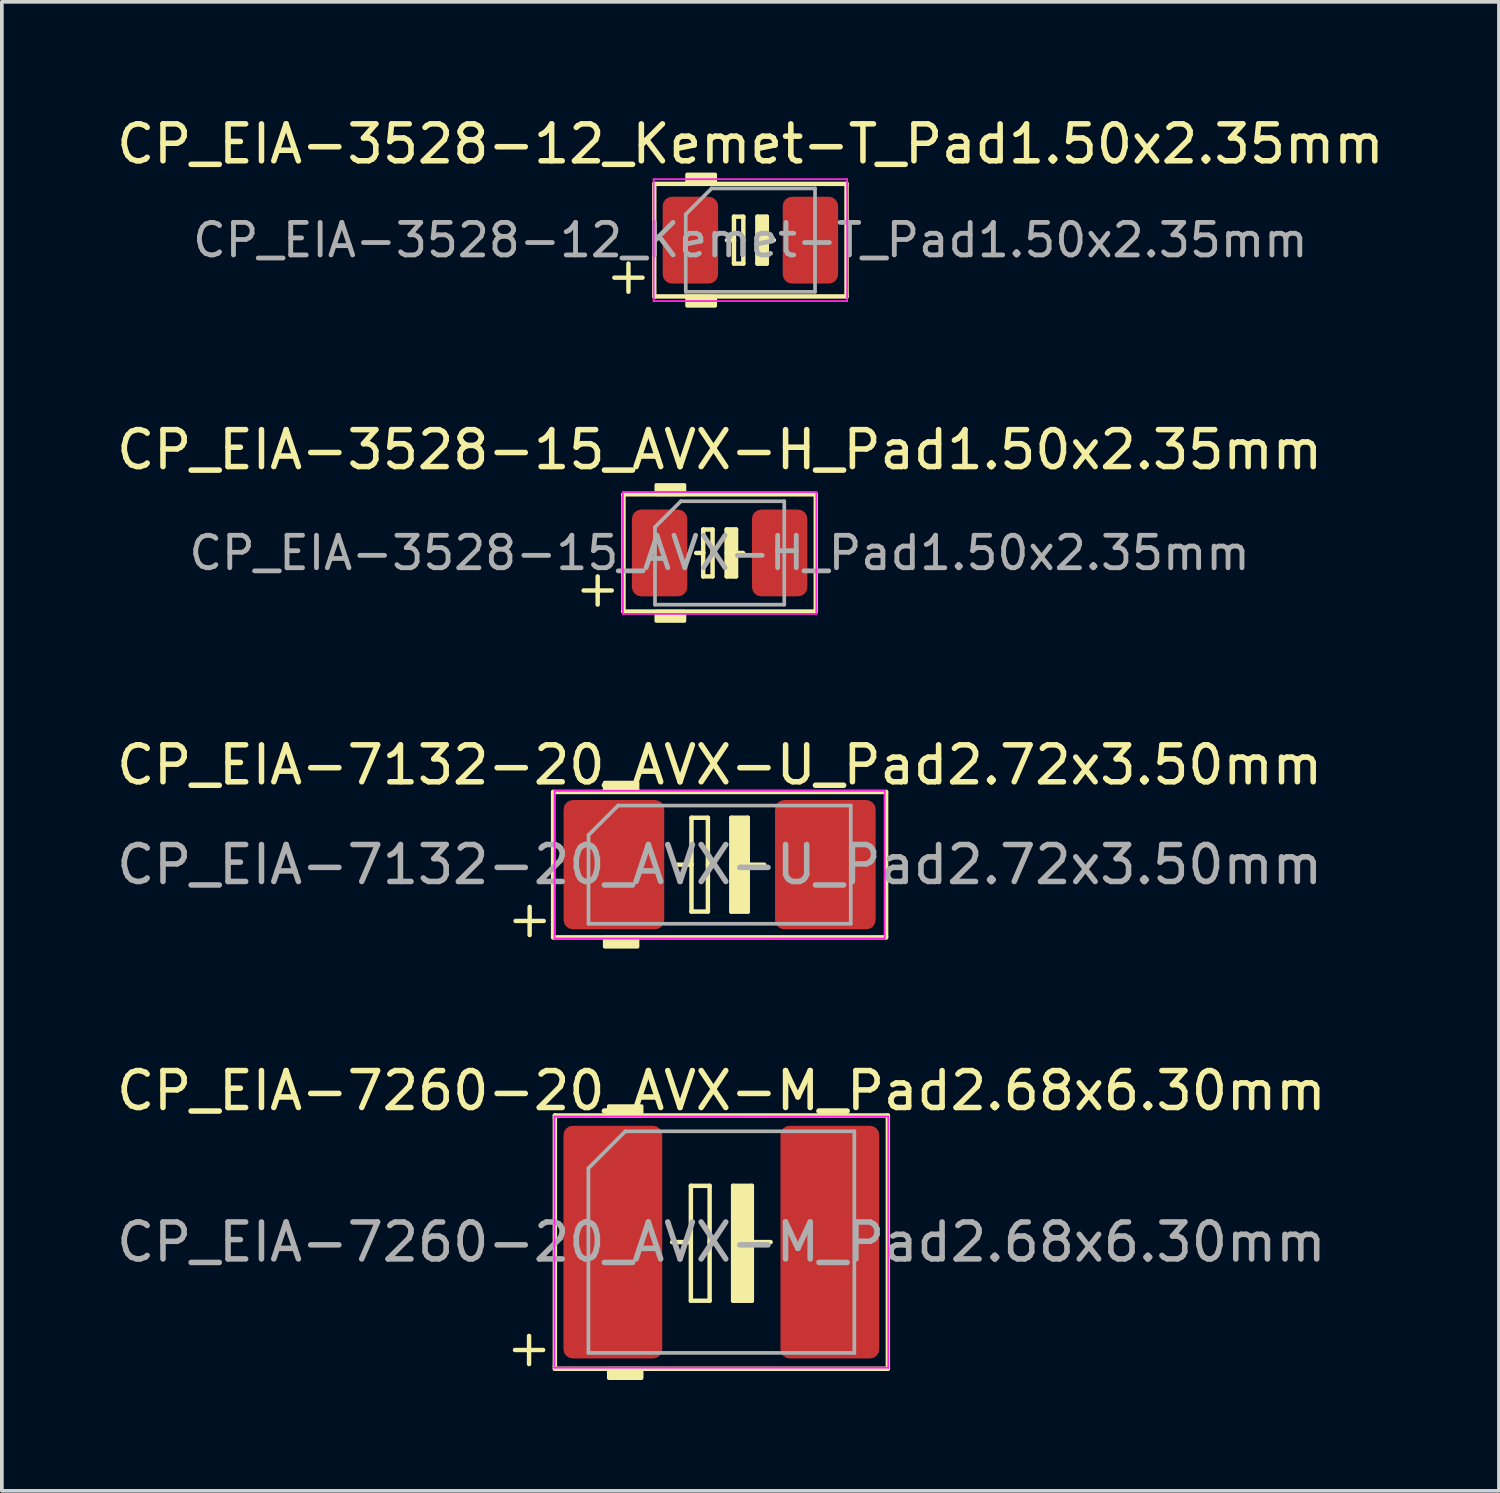
<source format=kicad_pcb>
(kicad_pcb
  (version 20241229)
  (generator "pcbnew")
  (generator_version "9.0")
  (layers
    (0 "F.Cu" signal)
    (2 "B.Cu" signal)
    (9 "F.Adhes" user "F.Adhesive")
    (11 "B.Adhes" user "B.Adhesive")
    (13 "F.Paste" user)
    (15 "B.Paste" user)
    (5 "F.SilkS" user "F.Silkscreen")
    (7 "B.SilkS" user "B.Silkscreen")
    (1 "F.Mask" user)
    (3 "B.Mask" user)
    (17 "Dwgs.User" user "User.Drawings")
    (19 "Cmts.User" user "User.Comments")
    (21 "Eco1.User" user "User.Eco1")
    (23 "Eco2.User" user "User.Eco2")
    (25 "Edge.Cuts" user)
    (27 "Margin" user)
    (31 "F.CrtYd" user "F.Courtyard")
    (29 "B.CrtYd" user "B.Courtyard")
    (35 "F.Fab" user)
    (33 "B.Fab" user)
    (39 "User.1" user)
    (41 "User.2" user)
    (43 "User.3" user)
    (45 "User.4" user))
  (footprint "CP_EIA-3528-15_AVX-H_Pad1.50x2.35mm"
    (layer "F.Cu")
    (at 16.435 11.922)
    (property "Reference" "CP_EIA-3528-15_AVX-H_Pad1.50x2.35mm" (at 0 -2.794 0) (layer "F.SilkS") (effects (font (size 1 1) (thickness 0.15))))
    (attr smd)
    (fp_line (start -3.683 1.016) (end -2.921 1.016) (stroke (width 0.12) (type solid)) (layer "F.SilkS"))
    (fp_line (start -3.302 0.635) (end -3.302 1.397) (stroke (width 0.12) (type solid)) (layer "F.SilkS"))
    (fp_line (start -2.603 -1.587) (end -2.603 1.587) (stroke (width 0.12) (type solid)) (layer "F.SilkS"))
    (fp_line (start -2.603 1.587) (end 2.603 1.587) (stroke (width 0.12) (type solid)) (layer "F.SilkS"))
    (fp_line (start -0.445 -0.635) (end -0.445 0) (stroke (width 0.12) (type solid)) (layer "F.SilkS"))
    (fp_line (start -0.445 -0.635) (end -0.191 -0.635) (stroke (width 0.12) (type solid)) (layer "F.SilkS"))
    (fp_line (start -0.445 0) (end -0.635 0) (stroke (width 0.12) (type solid)) (layer "F.SilkS"))
    (fp_line (start -0.445 0.635) (end -0.445 0) (stroke (width 0.12) (type solid)) (layer "F.SilkS"))
    (fp_line (start -0.191 -0.635) (end -0.191 0) (stroke (width 0.12) (type solid)) (layer "F.SilkS"))
    (fp_line (start -0.191 0.635) (end -0.445 0.635) (stroke (width 0.12) (type solid)) (layer "F.SilkS"))
    (fp_line (start -0.191 0.635) (end -0.191 0) (stroke (width 0.12) (type solid)) (layer "F.SilkS"))
    (fp_line (start 0.191 -0.635) (end 0.191 0) (stroke (width 0.12) (type solid)) (layer "F.SilkS"))
    (fp_line (start 0.191 -0.635) (end 0.445 -0.635) (stroke (width 0.12) (type solid)) (layer "F.SilkS"))
    (fp_line (start 0.191 0.635) (end 0.191 0) (stroke (width 0.12) (type solid)) (layer "F.SilkS"))
    (fp_line (start 0.445 -0.635) (end 0.445 0) (stroke (width 0.12) (type solid)) (layer "F.SilkS"))
    (fp_line (start 0.445 0) (end 0.635 0) (stroke (width 0.12) (type solid)) (layer "F.SilkS"))
    (fp_line (start 0.445 0.635) (end 0.191 0.635) (stroke (width 0.12) (type solid)) (layer "F.SilkS"))
    (fp_line (start 0.445 0.635) (end 0.445 0) (stroke (width 0.12) (type solid)) (layer "F.SilkS"))
    (fp_line (start 2.603 -1.587) (end -2.603 -1.587) (stroke (width 0.12) (type solid)) (layer "F.SilkS"))
    (fp_line (start 2.603 1.587) (end 2.603 -1.587) (stroke (width 0.12) (type solid)) (layer "F.SilkS"))
    (fp_poly (pts (xy -0.953 -1.587) (xy -1.714 -1.587) (xy -1.714 -1.841) (xy -0.953 -1.841)) (stroke (width 0.1) (type solid)) (fill yes) (layer "F.SilkS"))
    (fp_poly (pts (xy -0.953 1.841) (xy -1.714 1.841) (xy -1.714 1.587) (xy -0.953 1.587)) (stroke (width 0.1) (type solid)) (fill yes) (layer "F.SilkS"))
    (fp_poly (pts (xy 0.445 0.635) (xy 0.191 0.635) (xy 0.191 -0.635) (xy 0.445 -0.635)) (stroke (width 0.1) (type solid)) (fill yes) (layer "F.SilkS"))
    (fp_line (start -2.62 -1.65) (end 2.62 -1.65) (stroke (width 0.05) (type solid)) (layer "F.CrtYd"))
    (fp_line (start -2.62 1.65) (end -2.62 -1.65) (stroke (width 0.05) (type solid)) (layer "F.CrtYd"))
    (fp_line (start 2.62 -1.65) (end 2.62 1.65) (stroke (width 0.05) (type solid)) (layer "F.CrtYd"))
    (fp_line (start 2.62 1.65) (end -2.62 1.65) (stroke (width 0.05) (type solid)) (layer "F.CrtYd"))
    (fp_line (start -1.75 -0.7) (end -1.75 1.4) (stroke (width 0.1) (type solid)) (layer "F.Fab"))
    (fp_line (start -1.75 1.4) (end 1.75 1.4) (stroke (width 0.1) (type solid)) (layer "F.Fab"))
    (fp_line (start -1.05 -1.4) (end -1.75 -0.7) (stroke (width 0.1) (type solid)) (layer "F.Fab"))
    (fp_line (start 1.75 -1.4) (end -1.05 -1.4) (stroke (width 0.1) (type solid)) (layer "F.Fab"))
    (fp_line (start 1.75 1.4) (end 1.75 -1.4) (stroke (width 0.1) (type solid)) (layer "F.Fab"))
    (fp_text user "${REFERENCE}" (at 0 0 0) (layer "F.Fab") (effects (font (size 0.88 0.88) (thickness 0.13))))
    (pad "1" smd roundrect (at -1.625 0) (size 1.5 2.35) (layers "F.Cu" "F.Mask" "F.Paste") (roundrect_rratio 0.167))
    (pad "2" smd roundrect (at 1.625 0) (size 1.5 2.35) (layers "F.Cu" "F.Mask" "F.Paste") (roundrect_rratio 0.167)))
  (footprint "CP_EIA-7260-20_AVX-M_Pad2.68x6.30mm"
    (layer "F.Cu")
    (at 16.482 30.582)
    (property "Reference" "CP_EIA-7260-20_AVX-M_Pad2.68x6.30mm" (at 0 -4.1 0) (layer "F.SilkS") (effects (font (size 1 1) (thickness 0.15))))
    (attr smd)
    (fp_line (start -5.588 2.921) (end -4.826 2.921) (stroke (width 0.12) (type solid)) (layer "F.SilkS"))
    (fp_line (start -5.207 2.54) (end -5.207 3.302) (stroke (width 0.12) (type solid)) (layer "F.SilkS"))
    (fp_line (start -4.508 -3.429) (end -4.508 -3.365) (stroke (width 0.12) (type solid)) (layer "F.SilkS"))
    (fp_line (start -4.508 -3.365) (end -4.508 3.365) (stroke (width 0.12) (type solid)) (layer "F.SilkS"))
    (fp_line (start -4.508 3.365) (end -4.508 3.429) (stroke (width 0.12) (type solid)) (layer "F.SilkS"))
    (fp_line (start -4.508 3.429) (end 4.508 3.429) (stroke (width 0.12) (type solid)) (layer "F.SilkS"))
    (fp_line (start -1.333 0) (end -0.826 0) (stroke (width 0.12) (type solid)) (layer "F.SilkS"))
    (fp_line (start -0.826 -1.524) (end -0.826 0) (stroke (width 0.12) (type solid)) (layer "F.SilkS"))
    (fp_line (start -0.826 1.587) (end -0.826 0) (stroke (width 0.12) (type solid)) (layer "F.SilkS"))
    (fp_line (start -0.826 1.587) (end -0.318 1.587) (stroke (width 0.12) (type solid)) (layer "F.SilkS"))
    (fp_line (start -0.318 -1.524) (end -0.826 -1.524) (stroke (width 0.12) (type solid)) (layer "F.SilkS"))
    (fp_line (start -0.318 -1.524) (end -0.318 0) (stroke (width 0.12) (type solid)) (layer "F.SilkS"))
    (fp_line (start -0.318 1.587) (end -0.318 0) (stroke (width 0.12) (type solid)) (layer "F.SilkS"))
    (fp_line (start 0.318 -1.524) (end 0.318 0) (stroke (width 0.12) (type solid)) (layer "F.SilkS"))
    (fp_line (start 0.318 1.587) (end 0.318 0) (stroke (width 0.12) (type solid)) (layer "F.SilkS"))
    (fp_line (start 0.318 1.587) (end 0.826 1.587) (stroke (width 0.12) (type solid)) (layer "F.SilkS"))
    (fp_line (start 0.826 -1.524) (end 0.318 -1.524) (stroke (width 0.12) (type solid)) (layer "F.SilkS"))
    (fp_line (start 0.826 -1.524) (end 0.826 0) (stroke (width 0.12) (type solid)) (layer "F.SilkS"))
    (fp_line (start 0.826 0) (end 1.333 0) (stroke (width 0.12) (type solid)) (layer "F.SilkS"))
    (fp_line (start 0.826 1.587) (end 0.826 0) (stroke (width 0.12) (type solid)) (layer "F.SilkS"))
    (fp_line (start 4.508 -3.429) (end -4.508 -3.429) (stroke (width 0.12) (type solid)) (layer "F.SilkS"))
    (fp_line (start 4.508 3.429) (end 4.508 -3.429) (stroke (width 0.12) (type solid)) (layer "F.SilkS"))
    (fp_poly (pts (xy -2.159 -3.429) (xy -3.048 -3.429) (xy -3.048 -3.683) (xy -2.159 -3.683)) (stroke (width 0.1) (type solid)) (fill yes) (layer "F.SilkS"))
    (fp_poly (pts (xy -2.159 3.683) (xy -3.048 3.683) (xy -3.048 3.429) (xy -2.159 3.429)) (stroke (width 0.1) (type solid)) (fill yes) (layer "F.SilkS"))
    (fp_poly (pts (xy 0.826 1.587) (xy 0.318 1.587) (xy 0.318 -1.524) (xy 0.826 -1.524)) (stroke (width 0.1) (type solid)) (fill yes) (layer "F.SilkS"))
    (fp_line (start -4.52 -3.4) (end 4.52 -3.4) (stroke (width 0.05) (type solid)) (layer "F.CrtYd"))
    (fp_line (start -4.52 3.4) (end -4.52 -3.4) (stroke (width 0.05) (type solid)) (layer "F.CrtYd"))
    (fp_line (start 4.52 -3.4) (end 4.52 3.4) (stroke (width 0.05) (type solid)) (layer "F.CrtYd"))
    (fp_line (start 4.52 3.4) (end -4.52 3.4) (stroke (width 0.05) (type solid)) (layer "F.CrtYd"))
    (fp_line (start -3.6 -2) (end -3.6 3) (stroke (width 0.1) (type solid)) (layer "F.Fab"))
    (fp_line (start -3.6 3) (end 3.6 3) (stroke (width 0.1) (type solid)) (layer "F.Fab"))
    (fp_line (start -2.6 -3) (end -3.6 -2) (stroke (width 0.1) (type solid)) (layer "F.Fab"))
    (fp_line (start 3.6 -3) (end -2.6 -3) (stroke (width 0.1) (type solid)) (layer "F.Fab"))
    (fp_line (start 3.6 3) (end 3.6 -3) (stroke (width 0.1) (type solid)) (layer "F.Fab"))
    (fp_text user "${REFERENCE}" (at 0 0 0) (layer "F.Fab") (effects (font (size 1 1) (thickness 0.15))))
    (pad "1" smd roundrect (at -2.938 0) (size 2.675 6.3) (layers "F.Cu" "F.Mask" "F.Paste") (roundrect_rratio 0.093))
    (pad "2" smd roundrect (at 2.938 0) (size 2.675 6.3) (layers "F.Cu" "F.Mask" "F.Paste") (roundrect_rratio 0.093)))
  (footprint "CP_EIA-7132-20_AVX-U_Pad2.72x3.50mm"
    (layer "F.Cu")
    (at 16.435 20.362)
    (property "Reference" "CP_EIA-7132-20_AVX-U_Pad2.72x3.50mm" (at 0 -2.7 0) (layer "F.SilkS") (effects (font (size 1 1) (thickness 0.15))))
    (attr smd)
    (fp_line (start -5.524 1.524) (end -4.763 1.524) (stroke (width 0.12) (type solid)) (layer "F.SilkS"))
    (fp_line (start -5.144 1.143) (end -5.144 1.905) (stroke (width 0.12) (type solid)) (layer "F.SilkS"))
    (fp_line (start -4.508 -1.968) (end 4.508 -1.968) (stroke (width 0.12) (type solid)) (layer "F.SilkS"))
    (fp_line (start -4.508 1.968) (end -4.508 -1.968) (stroke (width 0.12) (type solid)) (layer "F.SilkS"))
    (fp_line (start -0.762 -1.27) (end -0.762 0) (stroke (width 0.12) (type solid)) (layer "F.SilkS"))
    (fp_line (start -0.762 0) (end -1.206 0) (stroke (width 0.12) (type solid)) (layer "F.SilkS"))
    (fp_line (start -0.762 1.27) (end -0.762 0) (stroke (width 0.12) (type solid)) (layer "F.SilkS"))
    (fp_line (start -0.318 -1.27) (end -0.762 -1.27) (stroke (width 0.12) (type solid)) (layer "F.SilkS"))
    (fp_line (start -0.318 -1.27) (end -0.318 0) (stroke (width 0.12) (type solid)) (layer "F.SilkS"))
    (fp_line (start -0.318 1.27) (end -0.762 1.27) (stroke (width 0.12) (type solid)) (layer "F.SilkS"))
    (fp_line (start -0.318 1.27) (end -0.318 0) (stroke (width 0.12) (type solid)) (layer "F.SilkS"))
    (fp_line (start 0.318 -1.27) (end 0.318 0) (stroke (width 0.12) (type solid)) (layer "F.SilkS"))
    (fp_line (start 0.318 1.27) (end 0.318 0) (stroke (width 0.12) (type solid)) (layer "F.SilkS"))
    (fp_line (start 0.762 -1.27) (end 0.318 -1.27) (stroke (width 0.12) (type solid)) (layer "F.SilkS"))
    (fp_line (start 0.762 -1.27) (end 0.762 0) (stroke (width 0.12) (type solid)) (layer "F.SilkS"))
    (fp_line (start 0.762 0) (end 1.206 0) (stroke (width 0.12) (type solid)) (layer "F.SilkS"))
    (fp_line (start 0.762 1.27) (end 0.318 1.27) (stroke (width 0.12) (type solid)) (layer "F.SilkS"))
    (fp_line (start 0.762 1.27) (end 0.762 0) (stroke (width 0.12) (type solid)) (layer "F.SilkS"))
    (fp_line (start 4.508 -1.968) (end 4.508 1.968) (stroke (width 0.12) (type solid)) (layer "F.SilkS"))
    (fp_line (start 4.508 1.968) (end -4.508 1.968) (stroke (width 0.12) (type solid)) (layer "F.SilkS"))
    (fp_poly (pts (xy -2.223 -1.968) (xy -3.111 -1.968) (xy -3.111 -2.223) (xy -2.223 -2.223)) (stroke (width 0.1) (type solid)) (fill yes) (layer "F.SilkS"))
    (fp_poly (pts (xy -2.223 2.223) (xy -3.111 2.223) (xy -3.111 1.968) (xy -2.223 1.968)) (stroke (width 0.1) (type solid)) (fill yes) (layer "F.SilkS"))
    (fp_poly (pts (xy 0.762 1.27) (xy 0.318 1.27) (xy 0.318 -1.27) (xy 0.762 -1.27)) (stroke (width 0.1) (type solid)) (fill yes) (layer "F.SilkS"))
    (fp_line (start -4.47 -2) (end 4.47 -2) (stroke (width 0.05) (type solid)) (layer "F.CrtYd"))
    (fp_line (start -4.47 2) (end -4.47 -2) (stroke (width 0.05) (type solid)) (layer "F.CrtYd"))
    (fp_line (start 4.47 -2) (end 4.47 2) (stroke (width 0.05) (type solid)) (layer "F.CrtYd"))
    (fp_line (start 4.47 2) (end -4.47 2) (stroke (width 0.05) (type solid)) (layer "F.CrtYd"))
    (fp_line (start -3.55 -0.8) (end -3.55 1.6) (stroke (width 0.1) (type solid)) (layer "F.Fab"))
    (fp_line (start -3.55 1.6) (end 3.55 1.6) (stroke (width 0.1) (type solid)) (layer "F.Fab"))
    (fp_line (start -2.75 -1.6) (end -3.55 -0.8) (stroke (width 0.1) (type solid)) (layer "F.Fab"))
    (fp_line (start 3.55 -1.6) (end -2.75 -1.6) (stroke (width 0.1) (type solid)) (layer "F.Fab"))
    (fp_line (start 3.55 1.6) (end 3.55 -1.6) (stroke (width 0.1) (type solid)) (layer "F.Fab"))
    (fp_text user "${REFERENCE}" (at 0 0 0) (layer "F.Fab") (effects (font (size 1 1) (thickness 0.15))))
    (pad "1" smd roundrect (at -2.862 0) (size 2.725 3.5) (layers "F.Cu" "F.Mask" "F.Paste") (roundrect_rratio 0.092))
    (pad "2" smd roundrect (at 2.862 0) (size 2.725 3.5) (layers "F.Cu" "F.Mask" "F.Paste") (roundrect_rratio 0.092)))
  (footprint "CP_EIA-3528-12_Kemet-T_Pad1.50x2.35mm"
    (layer "F.Cu")
    (at 17.268 3.452)
    (property "Reference" "CP_EIA-3528-12_Kemet-T_Pad1.50x2.35mm" (at 0 -2.603 0) (layer "F.SilkS") (effects (font (size 1 1) (thickness 0.15))))
    (attr smd)
    (fp_line (start -3.683 1.016) (end -2.921 1.016) (stroke (width 0.12) (type solid)) (layer "F.SilkS"))
    (fp_line (start -3.302 0.635) (end -3.302 1.397) (stroke (width 0.12) (type solid)) (layer "F.SilkS"))
    (fp_line (start -2.603 -1.524) (end -2.603 1.524) (stroke (width 0.12) (type solid)) (layer "F.SilkS"))
    (fp_line (start -2.603 1.524) (end 2.603 1.524) (stroke (width 0.12) (type solid)) (layer "F.SilkS"))
    (fp_line (start -0.445 -0.635) (end -0.445 0) (stroke (width 0.12) (type solid)) (layer "F.SilkS"))
    (fp_line (start -0.445 -0.635) (end -0.191 -0.635) (stroke (width 0.12) (type solid)) (layer "F.SilkS"))
    (fp_line (start -0.445 0) (end -0.635 0) (stroke (width 0.12) (type solid)) (layer "F.SilkS"))
    (fp_line (start -0.445 0.635) (end -0.445 0) (stroke (width 0.12) (type solid)) (layer "F.SilkS"))
    (fp_line (start -0.191 -0.635) (end -0.191 0) (stroke (width 0.12) (type solid)) (layer "F.SilkS"))
    (fp_line (start -0.191 0.635) (end -0.445 0.635) (stroke (width 0.12) (type solid)) (layer "F.SilkS"))
    (fp_line (start -0.191 0.635) (end -0.191 0) (stroke (width 0.12) (type solid)) (layer "F.SilkS"))
    (fp_line (start 0.191 -0.635) (end 0.191 0) (stroke (width 0.12) (type solid)) (layer "F.SilkS"))
    (fp_line (start 0.191 -0.635) (end 0.445 -0.635) (stroke (width 0.12) (type solid)) (layer "F.SilkS"))
    (fp_line (start 0.191 0.635) (end 0.191 0) (stroke (width 0.12) (type solid)) (layer "F.SilkS"))
    (fp_line (start 0.445 -0.635) (end 0.445 0) (stroke (width 0.12) (type solid)) (layer "F.SilkS"))
    (fp_line (start 0.445 0) (end 0.635 0) (stroke (width 0.12) (type solid)) (layer "F.SilkS"))
    (fp_line (start 0.445 0.635) (end 0.191 0.635) (stroke (width 0.12) (type solid)) (layer "F.SilkS"))
    (fp_line (start 0.445 0.635) (end 0.445 0) (stroke (width 0.12) (type solid)) (layer "F.SilkS"))
    (fp_line (start 2.603 -1.524) (end -2.603 -1.524) (stroke (width 0.12) (type solid)) (layer "F.SilkS"))
    (fp_line (start 2.603 1.524) (end 2.603 -1.524) (stroke (width 0.12) (type solid)) (layer "F.SilkS"))
    (fp_poly (pts (xy -0.953 -1.524) (xy -1.714 -1.524) (xy -1.714 -1.778) (xy -0.953 -1.778)) (stroke (width 0.1) (type solid)) (fill yes) (layer "F.SilkS"))
    (fp_poly (pts (xy -0.953 1.778) (xy -1.714 1.778) (xy -1.714 1.524) (xy -0.953 1.524)) (stroke (width 0.1) (type solid)) (fill yes) (layer "F.SilkS"))
    (fp_poly (pts (xy 0.445 0.635) (xy 0.191 0.635) (xy 0.191 -0.635) (xy 0.445 -0.635)) (stroke (width 0.1) (type solid)) (fill yes) (layer "F.SilkS"))
    (fp_line (start -2.62 -1.65) (end 2.62 -1.65) (stroke (width 0.05) (type solid)) (layer "F.CrtYd"))
    (fp_line (start -2.62 1.65) (end -2.62 -1.65) (stroke (width 0.05) (type solid)) (layer "F.CrtYd"))
    (fp_line (start 2.62 -1.65) (end 2.62 1.65) (stroke (width 0.05) (type solid)) (layer "F.CrtYd"))
    (fp_line (start 2.62 1.65) (end -2.62 1.65) (stroke (width 0.05) (type solid)) (layer "F.CrtYd"))
    (fp_line (start -1.75 -0.7) (end -1.75 1.4) (stroke (width 0.1) (type solid)) (layer "F.Fab"))
    (fp_line (start -1.75 1.4) (end 1.75 1.4) (stroke (width 0.1) (type solid)) (layer "F.Fab"))
    (fp_line (start -1.05 -1.4) (end -1.75 -0.7) (stroke (width 0.1) (type solid)) (layer "F.Fab"))
    (fp_line (start 1.75 -1.4) (end -1.05 -1.4) (stroke (width 0.1) (type solid)) (layer "F.Fab"))
    (fp_line (start 1.75 1.4) (end 1.75 -1.4) (stroke (width 0.1) (type solid)) (layer "F.Fab"))
    (fp_text user "${REFERENCE}" (at 0 0 0) (layer "F.Fab") (effects (font (size 0.88 0.88) (thickness 0.13))))
    (pad "1" smd roundrect (at -1.625 0) (size 1.5 2.35) (layers "F.Cu" "F.Mask" "F.Paste") (roundrect_rratio 0.167))
    (pad "2" smd roundrect (at 1.625 0) (size 1.5 2.35) (layers "F.Cu" "F.Mask" "F.Paste") (roundrect_rratio 0.167)))
  (gr_rect
    (start -3 -3)
    (end 37.536 37.316)
    (stroke (width 0.1) (type default))
    (fill no)
    (layer "Edge.Cuts")))
</source>
